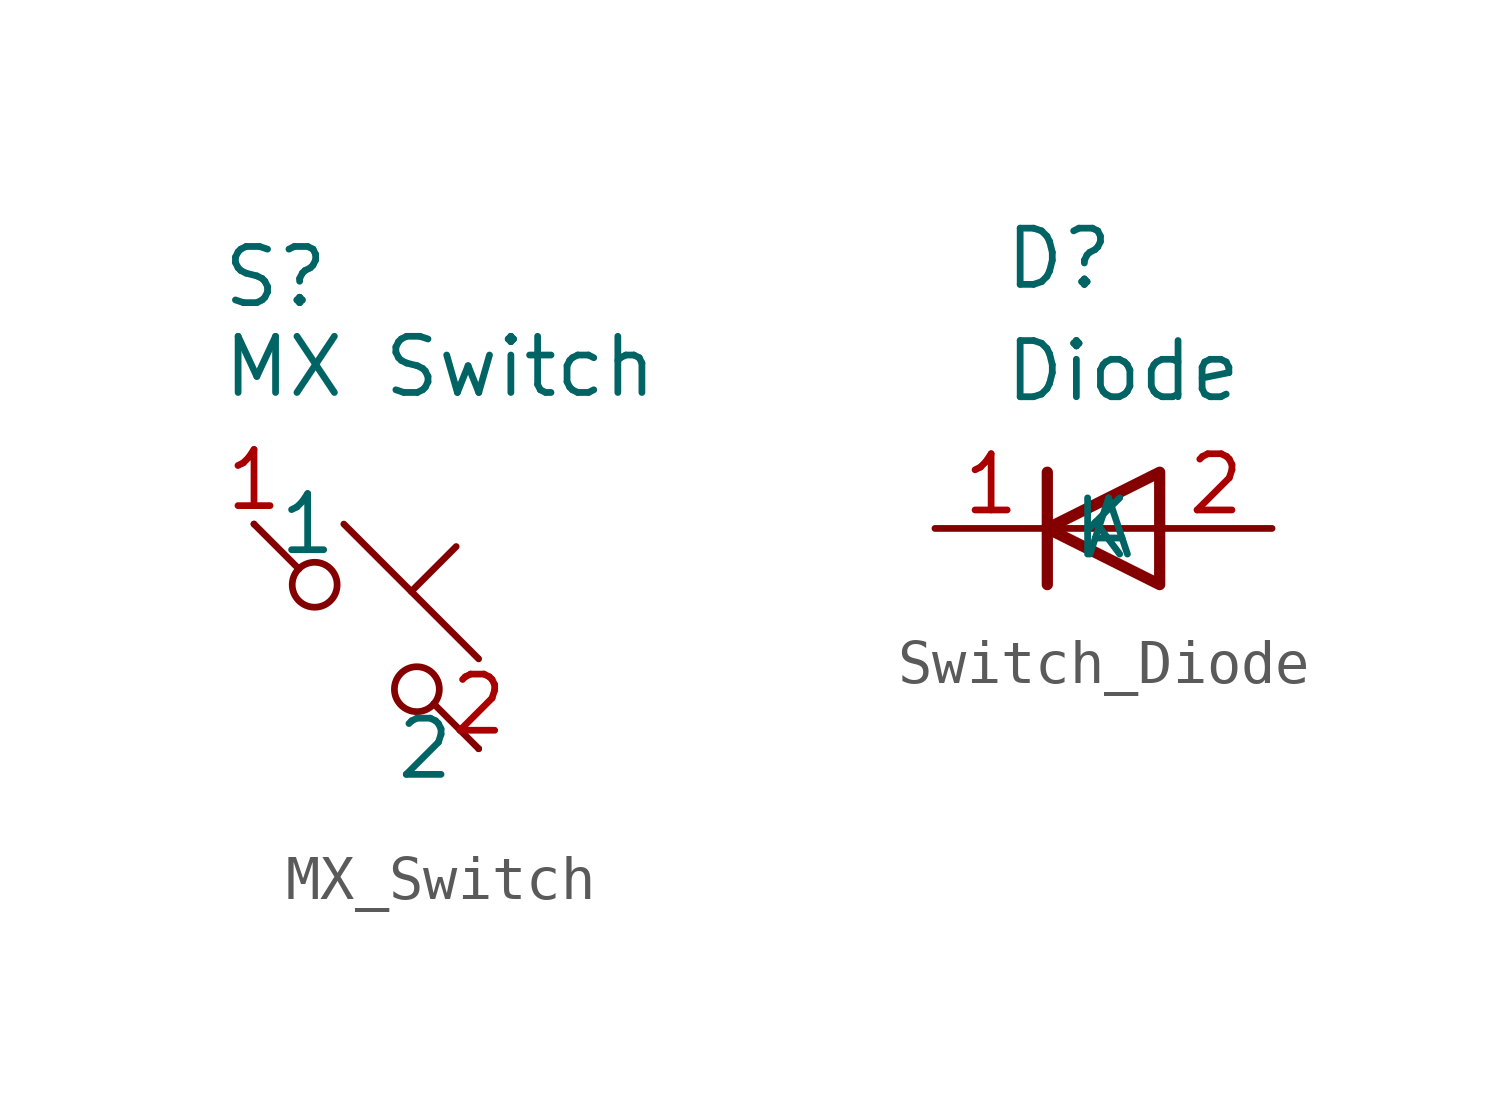
<source format=kicad_sym>
(kicad_symbol_lib
  (version 20231120)
  (generator "kicad_symbol_editor")
  (generator_version "8.0")
  (symbol "MX_Switch"
    (property "Reference" "S"
      (at -3.302 8.128 0)
      (effects (font (size 1.27 1.27)) (justify left)))
    (property "Value" "MX Switch"
      (at -3.302 6.096 0)
      (effects (font (size 1.27 1.27)) (justify left)))
    (symbol "MX_Switch_0_1"
      (circle (center -1.168 1.168) (radius 0.508) (stroke (width 0) (type default)) (fill (type none)))
      (polyline (pts (xy -0.508 2.54) (xy 2.54 -0.508)) (stroke (width 0) (type default)) (fill (type none)))
      (polyline (pts (xy 1.016 1.016) (xy 2.032 2.032)) (stroke (width 0) (type default)) (fill (type none)))
      (polyline (pts (xy -2.54 2.54) (xy -1.524 1.524) (xy -1.524 1.524)) (stroke (width 0) (type default)) (fill (type none)))
      (polyline (pts (xy 1.524 -1.524) (xy 2.54 -2.54) (xy 2.54 -2.54) (xy 2.54 -2.54)) (stroke (width 0) (type default)) (fill (type none)))
      (circle (center 1.143 -1.194) (radius 0.508) (stroke (width 0) (type default)) (fill (type none)))
      (pin passive line (at -2.54 2.54 0) (length 0) (name "1" (effects (font (size 1.27 1.27)))) (number "1" (effects (font (size 1.27 1.27)))))
      (pin passive line (at 2.54 -2.54 180) (length 0) (name "2" (effects (font (size 1.27 1.27)))) (number "2" (effects (font (size 1.27 1.27)))))))
  (symbol "Switch_Diode"
    (property "Reference" "D"
      (at -2.286 6.096 0)
      (effects (font (size 1.27 1.27)) (justify left)))
    (property "Value" "Diode"
      (at -2.286 3.556 0)
      (effects (font (size 1.27 1.27)) (justify left)))
    (symbol "Switch_Diode_0_1"
      (polyline (pts (xy -1.27 1.27) (xy -1.27 -1.27)) (stroke (width 0.254) (type default)) (fill (type none)))
      (polyline (pts (xy 1.27 0) (xy -1.27 0)) (stroke (width 0) (type default)) (fill (type none)))
      (polyline (pts (xy 1.27 1.27) (xy 1.27 -1.27) (xy -1.27 0) (xy 1.27 1.27)) (stroke (width 0.254) (type default)) (fill (type none))))
    (symbol "Switch_Diode_1_1"
      (pin passive line (at -3.81 0 0) (length 2.54) (name "K" (effects (font (size 1.27 1.27)))) (number "1" (effects (font (size 1.27 1.27)))))
      (pin passive line (at 3.81 0 180) (length 2.54) (name "A" (effects (font (size 1.27 1.27)))) (number "2" (effects (font (size 1.27 1.27))))))))
</source>
